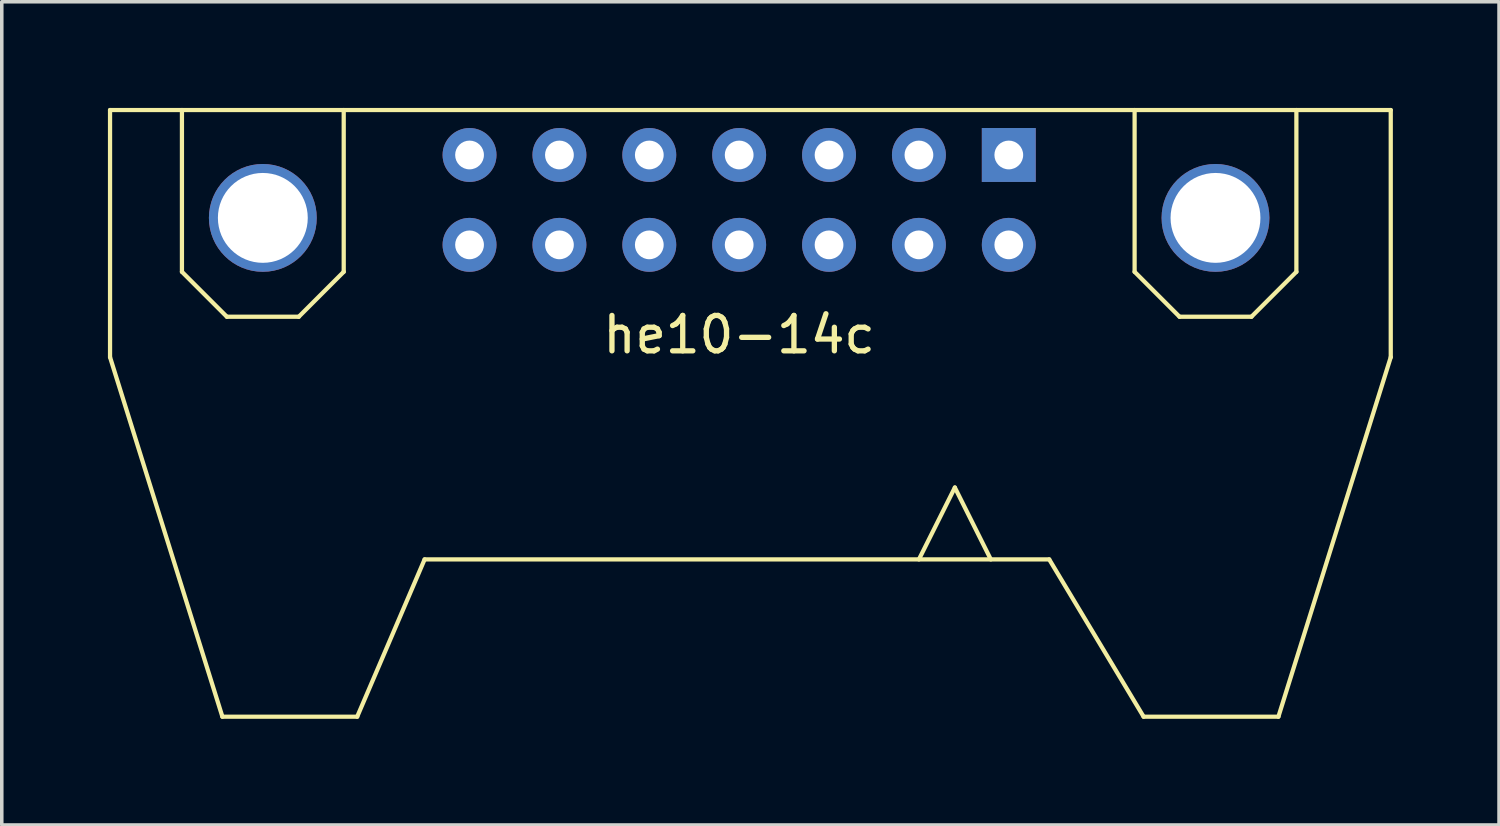
<source format=kicad_pcb>
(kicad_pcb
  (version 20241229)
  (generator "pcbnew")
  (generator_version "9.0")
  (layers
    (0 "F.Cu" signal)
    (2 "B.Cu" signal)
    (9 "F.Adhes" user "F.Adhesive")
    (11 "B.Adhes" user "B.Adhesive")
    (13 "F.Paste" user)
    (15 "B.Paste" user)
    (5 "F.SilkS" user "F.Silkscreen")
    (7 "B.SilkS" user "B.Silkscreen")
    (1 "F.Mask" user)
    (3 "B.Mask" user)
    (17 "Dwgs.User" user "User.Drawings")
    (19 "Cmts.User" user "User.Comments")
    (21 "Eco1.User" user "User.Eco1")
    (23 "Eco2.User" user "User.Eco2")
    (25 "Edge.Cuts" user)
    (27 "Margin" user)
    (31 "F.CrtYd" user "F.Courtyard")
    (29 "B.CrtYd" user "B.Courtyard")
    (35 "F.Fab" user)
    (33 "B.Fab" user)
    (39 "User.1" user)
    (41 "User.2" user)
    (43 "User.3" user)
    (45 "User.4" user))
  (footprint "he10-14c"
    (layer "F.Cu")
    (at 17.84 2.6)
    (property "Reference" "he10-14c" (at 0 3.81 0) (layer "F.SilkS") (effects (font (size 1 1) (thickness 0.15))))
    (attr through_hole)
    (fp_line (start -17.78 -2.54) (end -17.78 4.445) (stroke (width 0.12) (type solid)) (layer "F.SilkS"))
    (fp_line (start -17.78 -2.54) (end 18.415 -2.54) (stroke (width 0.12) (type solid)) (layer "F.SilkS"))
    (fp_line (start -17.78 4.445) (end -14.605 14.605) (stroke (width 0.12) (type solid)) (layer "F.SilkS"))
    (fp_line (start -15.748 2.032) (end -15.748 -2.54) (stroke (width 0.12) (type solid)) (layer "F.SilkS"))
    (fp_line (start -14.605 14.605) (end -10.795 14.605) (stroke (width 0.12) (type solid)) (layer "F.SilkS"))
    (fp_line (start -14.478 3.302) (end -15.748 2.032) (stroke (width 0.12) (type solid)) (layer "F.SilkS"))
    (fp_line (start -12.446 3.302) (end -14.478 3.302) (stroke (width 0.12) (type solid)) (layer "F.SilkS"))
    (fp_line (start -11.176 -2.54) (end -11.176 2.032) (stroke (width 0.12) (type solid)) (layer "F.SilkS"))
    (fp_line (start -11.176 2.032) (end -12.446 3.302) (stroke (width 0.12) (type solid)) (layer "F.SilkS"))
    (fp_line (start -10.795 14.605) (end -8.89 10.16) (stroke (width 0.12) (type solid)) (layer "F.SilkS"))
    (fp_line (start -8.89 10.16) (end 8.763 10.16) (stroke (width 0.12) (type solid)) (layer "F.SilkS"))
    (fp_line (start 6.096 8.128) (end 5.08 10.16) (stroke (width 0.12) (type solid)) (layer "F.SilkS"))
    (fp_line (start 7.112 10.16) (end 6.096 8.128) (stroke (width 0.12) (type solid)) (layer "F.SilkS"))
    (fp_line (start 11.176 2.032) (end 11.176 -2.54) (stroke (width 0.12) (type solid)) (layer "F.SilkS"))
    (fp_line (start 11.43 14.605) (end 8.763 10.16) (stroke (width 0.12) (type solid)) (layer "F.SilkS"))
    (fp_line (start 12.446 3.302) (end 11.176 2.032) (stroke (width 0.12) (type solid)) (layer "F.SilkS"))
    (fp_line (start 14.478 3.302) (end 12.446 3.302) (stroke (width 0.12) (type solid)) (layer "F.SilkS"))
    (fp_line (start 15.24 14.605) (end 11.43 14.605) (stroke (width 0.12) (type solid)) (layer "F.SilkS"))
    (fp_line (start 15.748 -2.54) (end 15.748 2.032) (stroke (width 0.12) (type solid)) (layer "F.SilkS"))
    (fp_line (start 15.748 2.032) (end 14.478 3.302) (stroke (width 0.12) (type solid)) (layer "F.SilkS"))
    (fp_line (start 18.415 -2.54) (end 18.415 4.445) (stroke (width 0.12) (type solid)) (layer "F.SilkS"))
    (fp_line (start 18.415 4.445) (end 15.24 14.605) (stroke (width 0.12) (type solid)) (layer "F.SilkS"))
    (pad "0" thru_hole circle (at -13.462 0.508) (size 3.048 3.048) (drill 2.54) (layers "*.Cu" "*.Mask"))
    (pad "0" thru_hole circle (at 13.462 0.508) (size 3.048 3.048) (drill 2.54) (layers "*.Cu" "*.Mask"))
    (pad "1" thru_hole rect (at 7.62 -1.27) (size 1.524 1.524) (drill 0.813) (layers "*.Cu" "*.Mask"))
    (pad "2" thru_hole circle (at 7.62 1.27) (size 1.524 1.524) (drill 0.813) (layers "*.Cu" "*.Mask"))
    (pad "3" thru_hole circle (at 5.08 -1.27) (size 1.524 1.524) (drill 0.813) (layers "*.Cu" "*.Mask"))
    (pad "4" thru_hole circle (at 5.08 1.27) (size 1.524 1.524) (drill 0.813) (layers "*.Cu" "*.Mask"))
    (pad "5" thru_hole circle (at 2.54 -1.27) (size 1.524 1.524) (drill 0.813) (layers "*.Cu" "*.Mask"))
    (pad "6" thru_hole circle (at 0 1.27) (size 1.524 1.524) (drill 0.813) (layers "*.Cu" "*.Mask"))
    (pad "7" thru_hole circle (at 0 -1.27) (size 1.524 1.524) (drill 0.813) (layers "*.Cu" "*.Mask"))
    (pad "8" thru_hole circle (at 2.54 1.27) (size 1.524 1.524) (drill 0.813) (layers "*.Cu" "*.Mask"))
    (pad "9" thru_hole circle (at -2.54 -1.27) (size 1.524 1.524) (drill 0.813) (layers "*.Cu" "*.Mask"))
    (pad "10" thru_hole circle (at -2.54 1.27) (size 1.524 1.524) (drill 0.813) (layers "*.Cu" "*.Mask"))
    (pad "11" thru_hole circle (at -5.08 -1.27) (size 1.524 1.524) (drill 0.813) (layers "*.Cu" "*.Mask"))
    (pad "12" thru_hole circle (at -5.08 1.27) (size 1.524 1.524) (drill 0.813) (layers "*.Cu" "*.Mask"))
    (pad "13" thru_hole circle (at -7.62 -1.27) (size 1.524 1.524) (drill 0.813) (layers "*.Cu" "*.Mask"))
    (pad "14" thru_hole circle (at -7.62 1.27) (size 1.524 1.524) (drill 0.813) (layers "*.Cu" "*.Mask")))
  (gr_rect
    (start -3 -3)
    (end 39.315 20.265)
    (stroke (width 0.1) (type default))
    (fill no)
    (layer "Edge.Cuts")))
</source>
